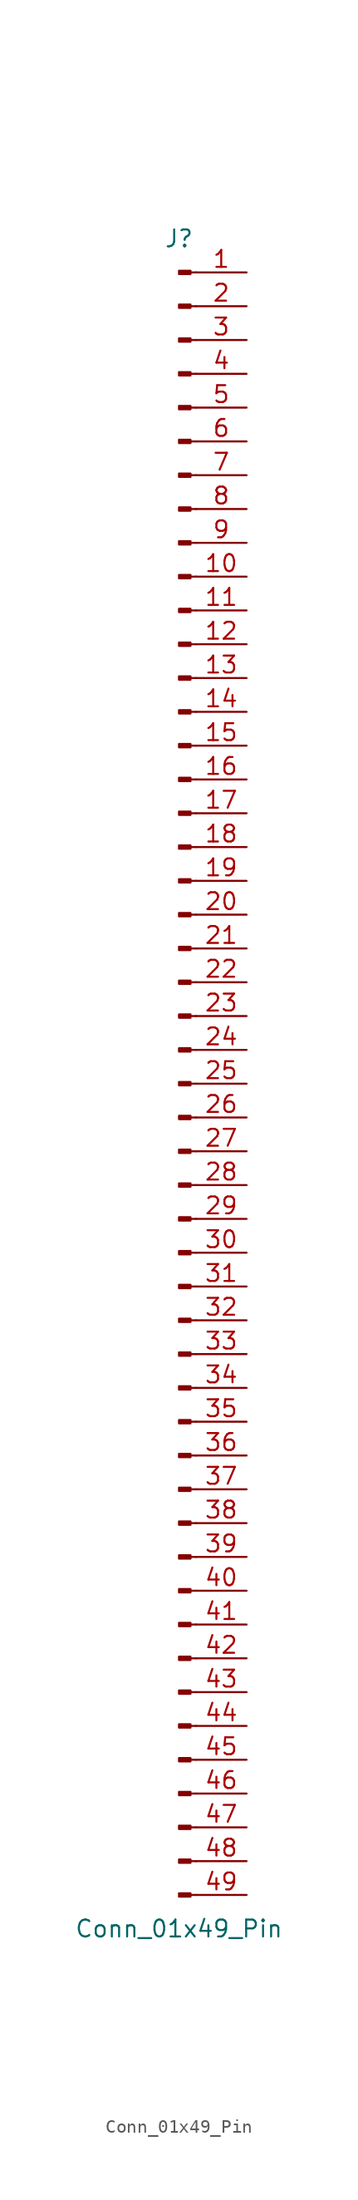
<source format=kicad_sym>
(kicad_symbol_lib
  (version 20220914)
  (generator kicad_symbol_editor)
  (symbol "Conn_01x49_Pin"
    (pin_names
      (offset 1.016) hide)
    (property "Reference" "J"
      (at 0 63.5 0)
      (effects (font (size 1.27 1.27))))
    (property "Value" "Conn_01x49_Pin"
      (at 0 -63.5 0)
      (effects (font (size 1.27 1.27))))
    (property "ki_locked" ""
      (at 0 0 0)
      (effects (font (size 1.27 1.27))))
    (symbol "Conn_01x49_Pin_1_1"
      (polyline (pts (xy 1.27 -60.96) (xy 0.864 -60.96)) (stroke (width 0.152) (type default)) (fill (type none)))
      (polyline (pts (xy 1.27 -58.42) (xy 0.864 -58.42)) (stroke (width 0.152) (type default)) (fill (type none)))
      (polyline (pts (xy 1.27 -55.88) (xy 0.864 -55.88)) (stroke (width 0.152) (type default)) (fill (type none)))
      (polyline (pts (xy 1.27 -53.34) (xy 0.864 -53.34)) (stroke (width 0.152) (type default)) (fill (type none)))
      (polyline (pts (xy 1.27 -50.8) (xy 0.864 -50.8)) (stroke (width 0.152) (type default)) (fill (type none)))
      (polyline (pts (xy 1.27 -48.26) (xy 0.864 -48.26)) (stroke (width 0.152) (type default)) (fill (type none)))
      (polyline (pts (xy 1.27 -45.72) (xy 0.864 -45.72)) (stroke (width 0.152) (type default)) (fill (type none)))
      (polyline (pts (xy 1.27 -43.18) (xy 0.864 -43.18)) (stroke (width 0.152) (type default)) (fill (type none)))
      (polyline (pts (xy 1.27 -40.64) (xy 0.864 -40.64)) (stroke (width 0.152) (type default)) (fill (type none)))
      (polyline (pts (xy 1.27 -38.1) (xy 0.864 -38.1)) (stroke (width 0.152) (type default)) (fill (type none)))
      (polyline (pts (xy 1.27 -35.56) (xy 0.864 -35.56)) (stroke (width 0.152) (type default)) (fill (type none)))
      (polyline (pts (xy 1.27 -33.02) (xy 0.864 -33.02)) (stroke (width 0.152) (type default)) (fill (type none)))
      (polyline (pts (xy 1.27 -30.48) (xy 0.864 -30.48)) (stroke (width 0.152) (type default)) (fill (type none)))
      (polyline (pts (xy 1.27 -27.94) (xy 0.864 -27.94)) (stroke (width 0.152) (type default)) (fill (type none)))
      (polyline (pts (xy 1.27 -25.4) (xy 0.864 -25.4)) (stroke (width 0.152) (type default)) (fill (type none)))
      (polyline (pts (xy 1.27 -22.86) (xy 0.864 -22.86)) (stroke (width 0.152) (type default)) (fill (type none)))
      (polyline (pts (xy 1.27 -20.32) (xy 0.864 -20.32)) (stroke (width 0.152) (type default)) (fill (type none)))
      (polyline (pts (xy 1.27 -17.78) (xy 0.864 -17.78)) (stroke (width 0.152) (type default)) (fill (type none)))
      (polyline (pts (xy 1.27 -15.24) (xy 0.864 -15.24)) (stroke (width 0.152) (type default)) (fill (type none)))
      (polyline (pts (xy 1.27 -12.7) (xy 0.864 -12.7)) (stroke (width 0.152) (type default)) (fill (type none)))
      (polyline (pts (xy 1.27 -10.16) (xy 0.864 -10.16)) (stroke (width 0.152) (type default)) (fill (type none)))
      (polyline (pts (xy 1.27 -7.62) (xy 0.864 -7.62)) (stroke (width 0.152) (type default)) (fill (type none)))
      (polyline (pts (xy 1.27 -5.08) (xy 0.864 -5.08)) (stroke (width 0.152) (type default)) (fill (type none)))
      (polyline (pts (xy 1.27 -2.54) (xy 0.864 -2.54)) (stroke (width 0.152) (type default)) (fill (type none)))
      (polyline (pts (xy 1.27 0) (xy 0.864 0)) (stroke (width 0.152) (type default)) (fill (type none)))
      (polyline (pts (xy 1.27 2.54) (xy 0.864 2.54)) (stroke (width 0.152) (type default)) (fill (type none)))
      (polyline (pts (xy 1.27 5.08) (xy 0.864 5.08)) (stroke (width 0.152) (type default)) (fill (type none)))
      (polyline (pts (xy 1.27 7.62) (xy 0.864 7.62)) (stroke (width 0.152) (type default)) (fill (type none)))
      (polyline (pts (xy 1.27 10.16) (xy 0.864 10.16)) (stroke (width 0.152) (type default)) (fill (type none)))
      (polyline (pts (xy 1.27 12.7) (xy 0.864 12.7)) (stroke (width 0.152) (type default)) (fill (type none)))
      (polyline (pts (xy 1.27 15.24) (xy 0.864 15.24)) (stroke (width 0.152) (type default)) (fill (type none)))
      (polyline (pts (xy 1.27 17.78) (xy 0.864 17.78)) (stroke (width 0.152) (type default)) (fill (type none)))
      (polyline (pts (xy 1.27 20.32) (xy 0.864 20.32)) (stroke (width 0.152) (type default)) (fill (type none)))
      (polyline (pts (xy 1.27 22.86) (xy 0.864 22.86)) (stroke (width 0.152) (type default)) (fill (type none)))
      (polyline (pts (xy 1.27 25.4) (xy 0.864 25.4)) (stroke (width 0.152) (type default)) (fill (type none)))
      (polyline (pts (xy 1.27 27.94) (xy 0.864 27.94)) (stroke (width 0.152) (type default)) (fill (type none)))
      (polyline (pts (xy 1.27 30.48) (xy 0.864 30.48)) (stroke (width 0.152) (type default)) (fill (type none)))
      (polyline (pts (xy 1.27 33.02) (xy 0.864 33.02)) (stroke (width 0.152) (type default)) (fill (type none)))
      (polyline (pts (xy 1.27 35.56) (xy 0.864 35.56)) (stroke (width 0.152) (type default)) (fill (type none)))
      (polyline (pts (xy 1.27 38.1) (xy 0.864 38.1)) (stroke (width 0.152) (type default)) (fill (type none)))
      (polyline (pts (xy 1.27 40.64) (xy 0.864 40.64)) (stroke (width 0.152) (type default)) (fill (type none)))
      (polyline (pts (xy 1.27 43.18) (xy 0.864 43.18)) (stroke (width 0.152) (type default)) (fill (type none)))
      (polyline (pts (xy 1.27 45.72) (xy 0.864 45.72)) (stroke (width 0.152) (type default)) (fill (type none)))
      (polyline (pts (xy 1.27 48.26) (xy 0.864 48.26)) (stroke (width 0.152) (type default)) (fill (type none)))
      (polyline (pts (xy 1.27 50.8) (xy 0.864 50.8)) (stroke (width 0.152) (type default)) (fill (type none)))
      (polyline (pts (xy 1.27 53.34) (xy 0.864 53.34)) (stroke (width 0.152) (type default)) (fill (type none)))
      (polyline (pts (xy 1.27 55.88) (xy 0.864 55.88)) (stroke (width 0.152) (type default)) (fill (type none)))
      (polyline (pts (xy 1.27 58.42) (xy 0.864 58.42)) (stroke (width 0.152) (type default)) (fill (type none)))
      (polyline (pts (xy 1.27 60.96) (xy 0.864 60.96)) (stroke (width 0.152) (type default)) (fill (type none)))
      (rectangle (start 0.864 -60.833) (end 0 -61.087) (stroke (width 0.152) (type default)) (fill (type outline)))
      (rectangle (start 0.864 -58.293) (end 0 -58.547) (stroke (width 0.152) (type default)) (fill (type outline)))
      (rectangle (start 0.864 -55.753) (end 0 -56.007) (stroke (width 0.152) (type default)) (fill (type outline)))
      (rectangle (start 0.864 -53.213) (end 0 -53.467) (stroke (width 0.152) (type default)) (fill (type outline)))
      (rectangle (start 0.864 -50.673) (end 0 -50.927) (stroke (width 0.152) (type default)) (fill (type outline)))
      (rectangle (start 0.864 -48.133) (end 0 -48.387) (stroke (width 0.152) (type default)) (fill (type outline)))
      (rectangle (start 0.864 -45.593) (end 0 -45.847) (stroke (width 0.152) (type default)) (fill (type outline)))
      (rectangle (start 0.864 -43.053) (end 0 -43.307) (stroke (width 0.152) (type default)) (fill (type outline)))
      (rectangle (start 0.864 -40.513) (end 0 -40.767) (stroke (width 0.152) (type default)) (fill (type outline)))
      (rectangle (start 0.864 -37.973) (end 0 -38.227) (stroke (width 0.152) (type default)) (fill (type outline)))
      (rectangle (start 0.864 -35.433) (end 0 -35.687) (stroke (width 0.152) (type default)) (fill (type outline)))
      (rectangle (start 0.864 -32.893) (end 0 -33.147) (stroke (width 0.152) (type default)) (fill (type outline)))
      (rectangle (start 0.864 -30.353) (end 0 -30.607) (stroke (width 0.152) (type default)) (fill (type outline)))
      (rectangle (start 0.864 -27.813) (end 0 -28.067) (stroke (width 0.152) (type default)) (fill (type outline)))
      (rectangle (start 0.864 -25.273) (end 0 -25.527) (stroke (width 0.152) (type default)) (fill (type outline)))
      (rectangle (start 0.864 -22.733) (end 0 -22.987) (stroke (width 0.152) (type default)) (fill (type outline)))
      (rectangle (start 0.864 -20.193) (end 0 -20.447) (stroke (width 0.152) (type default)) (fill (type outline)))
      (rectangle (start 0.864 -17.653) (end 0 -17.907) (stroke (width 0.152) (type default)) (fill (type outline)))
      (rectangle (start 0.864 -15.113) (end 0 -15.367) (stroke (width 0.152) (type default)) (fill (type outline)))
      (rectangle (start 0.864 -12.573) (end 0 -12.827) (stroke (width 0.152) (type default)) (fill (type outline)))
      (rectangle (start 0.864 -10.033) (end 0 -10.287) (stroke (width 0.152) (type default)) (fill (type outline)))
      (rectangle (start 0.864 -7.493) (end 0 -7.747) (stroke (width 0.152) (type default)) (fill (type outline)))
      (rectangle (start 0.864 -4.953) (end 0 -5.207) (stroke (width 0.152) (type default)) (fill (type outline)))
      (rectangle (start 0.864 -2.413) (end 0 -2.667) (stroke (width 0.152) (type default)) (fill (type outline)))
      (rectangle (start 0.864 0.127) (end 0 -0.127) (stroke (width 0.152) (type default)) (fill (type outline)))
      (rectangle (start 0.864 2.667) (end 0 2.413) (stroke (width 0.152) (type default)) (fill (type outline)))
      (rectangle (start 0.864 5.207) (end 0 4.953) (stroke (width 0.152) (type default)) (fill (type outline)))
      (rectangle (start 0.864 7.747) (end 0 7.493) (stroke (width 0.152) (type default)) (fill (type outline)))
      (rectangle (start 0.864 10.287) (end 0 10.033) (stroke (width 0.152) (type default)) (fill (type outline)))
      (rectangle (start 0.864 12.827) (end 0 12.573) (stroke (width 0.152) (type default)) (fill (type outline)))
      (rectangle (start 0.864 15.367) (end 0 15.113) (stroke (width 0.152) (type default)) (fill (type outline)))
      (rectangle (start 0.864 17.907) (end 0 17.653) (stroke (width 0.152) (type default)) (fill (type outline)))
      (rectangle (start 0.864 20.447) (end 0 20.193) (stroke (width 0.152) (type default)) (fill (type outline)))
      (rectangle (start 0.864 22.987) (end 0 22.733) (stroke (width 0.152) (type default)) (fill (type outline)))
      (rectangle (start 0.864 25.527) (end 0 25.273) (stroke (width 0.152) (type default)) (fill (type outline)))
      (rectangle (start 0.864 28.067) (end 0 27.813) (stroke (width 0.152) (type default)) (fill (type outline)))
      (rectangle (start 0.864 30.607) (end 0 30.353) (stroke (width 0.152) (type default)) (fill (type outline)))
      (rectangle (start 0.864 33.147) (end 0 32.893) (stroke (width 0.152) (type default)) (fill (type outline)))
      (rectangle (start 0.864 35.687) (end 0 35.433) (stroke (width 0.152) (type default)) (fill (type outline)))
      (rectangle (start 0.864 38.227) (end 0 37.973) (stroke (width 0.152) (type default)) (fill (type outline)))
      (rectangle (start 0.864 40.767) (end 0 40.513) (stroke (width 0.152) (type default)) (fill (type outline)))
      (rectangle (start 0.864 43.307) (end 0 43.053) (stroke (width 0.152) (type default)) (fill (type outline)))
      (rectangle (start 0.864 45.847) (end 0 45.593) (stroke (width 0.152) (type default)) (fill (type outline)))
      (rectangle (start 0.864 48.387) (end 0 48.133) (stroke (width 0.152) (type default)) (fill (type outline)))
      (rectangle (start 0.864 50.927) (end 0 50.673) (stroke (width 0.152) (type default)) (fill (type outline)))
      (rectangle (start 0.864 53.467) (end 0 53.213) (stroke (width 0.152) (type default)) (fill (type outline)))
      (rectangle (start 0.864 56.007) (end 0 55.753) (stroke (width 0.152) (type default)) (fill (type outline)))
      (rectangle (start 0.864 58.547) (end 0 58.293) (stroke (width 0.152) (type default)) (fill (type outline)))
      (rectangle (start 0.864 61.087) (end 0 60.833) (stroke (width 0.152) (type default)) (fill (type outline)))
      (pin passive line (at 5.08 60.96 180) (length 3.81) (name "Pin_1" (effects (font (size 1.27 1.27)))) (number "1" (effects (font (size 1.27 1.27)))))
      (pin passive line (at 5.08 38.1 180) (length 3.81) (name "Pin_10" (effects (font (size 1.27 1.27)))) (number "10" (effects (font (size 1.27 1.27)))))
      (pin passive line (at 5.08 35.56 180) (length 3.81) (name "Pin_11" (effects (font (size 1.27 1.27)))) (number "11" (effects (font (size 1.27 1.27)))))
      (pin passive line (at 5.08 33.02 180) (length 3.81) (name "Pin_12" (effects (font (size 1.27 1.27)))) (number "12" (effects (font (size 1.27 1.27)))))
      (pin passive line (at 5.08 30.48 180) (length 3.81) (name "Pin_13" (effects (font (size 1.27 1.27)))) (number "13" (effects (font (size 1.27 1.27)))))
      (pin passive line (at 5.08 27.94 180) (length 3.81) (name "Pin_14" (effects (font (size 1.27 1.27)))) (number "14" (effects (font (size 1.27 1.27)))))
      (pin passive line (at 5.08 25.4 180) (length 3.81) (name "Pin_15" (effects (font (size 1.27 1.27)))) (number "15" (effects (font (size 1.27 1.27)))))
      (pin passive line (at 5.08 22.86 180) (length 3.81) (name "Pin_16" (effects (font (size 1.27 1.27)))) (number "16" (effects (font (size 1.27 1.27)))))
      (pin passive line (at 5.08 20.32 180) (length 3.81) (name "Pin_17" (effects (font (size 1.27 1.27)))) (number "17" (effects (font (size 1.27 1.27)))))
      (pin passive line (at 5.08 17.78 180) (length 3.81) (name "Pin_18" (effects (font (size 1.27 1.27)))) (number "18" (effects (font (size 1.27 1.27)))))
      (pin passive line (at 5.08 15.24 180) (length 3.81) (name "Pin_19" (effects (font (size 1.27 1.27)))) (number "19" (effects (font (size 1.27 1.27)))))
      (pin passive line (at 5.08 58.42 180) (length 3.81) (name "Pin_2" (effects (font (size 1.27 1.27)))) (number "2" (effects (font (size 1.27 1.27)))))
      (pin passive line (at 5.08 12.7 180) (length 3.81) (name "Pin_20" (effects (font (size 1.27 1.27)))) (number "20" (effects (font (size 1.27 1.27)))))
      (pin passive line (at 5.08 10.16 180) (length 3.81) (name "Pin_21" (effects (font (size 1.27 1.27)))) (number "21" (effects (font (size 1.27 1.27)))))
      (pin passive line (at 5.08 7.62 180) (length 3.81) (name "Pin_22" (effects (font (size 1.27 1.27)))) (number "22" (effects (font (size 1.27 1.27)))))
      (pin passive line (at 5.08 5.08 180) (length 3.81) (name "Pin_23" (effects (font (size 1.27 1.27)))) (number "23" (effects (font (size 1.27 1.27)))))
      (pin passive line (at 5.08 2.54 180) (length 3.81) (name "Pin_24" (effects (font (size 1.27 1.27)))) (number "24" (effects (font (size 1.27 1.27)))))
      (pin passive line (at 5.08 0 180) (length 3.81) (name "Pin_25" (effects (font (size 1.27 1.27)))) (number "25" (effects (font (size 1.27 1.27)))))
      (pin passive line (at 5.08 -2.54 180) (length 3.81) (name "Pin_26" (effects (font (size 1.27 1.27)))) (number "26" (effects (font (size 1.27 1.27)))))
      (pin passive line (at 5.08 -5.08 180) (length 3.81) (name "Pin_27" (effects (font (size 1.27 1.27)))) (number "27" (effects (font (size 1.27 1.27)))))
      (pin passive line (at 5.08 -7.62 180) (length 3.81) (name "Pin_28" (effects (font (size 1.27 1.27)))) (number "28" (effects (font (size 1.27 1.27)))))
      (pin passive line (at 5.08 -10.16 180) (length 3.81) (name "Pin_29" (effects (font (size 1.27 1.27)))) (number "29" (effects (font (size 1.27 1.27)))))
      (pin passive line (at 5.08 55.88 180) (length 3.81) (name "Pin_3" (effects (font (size 1.27 1.27)))) (number "3" (effects (font (size 1.27 1.27)))))
      (pin passive line (at 5.08 -12.7 180) (length 3.81) (name "Pin_30" (effects (font (size 1.27 1.27)))) (number "30" (effects (font (size 1.27 1.27)))))
      (pin passive line (at 5.08 -15.24 180) (length 3.81) (name "Pin_31" (effects (font (size 1.27 1.27)))) (number "31" (effects (font (size 1.27 1.27)))))
      (pin passive line (at 5.08 -17.78 180) (length 3.81) (name "Pin_32" (effects (font (size 1.27 1.27)))) (number "32" (effects (font (size 1.27 1.27)))))
      (pin passive line (at 5.08 -20.32 180) (length 3.81) (name "Pin_33" (effects (font (size 1.27 1.27)))) (number "33" (effects (font (size 1.27 1.27)))))
      (pin passive line (at 5.08 -22.86 180) (length 3.81) (name "Pin_34" (effects (font (size 1.27 1.27)))) (number "34" (effects (font (size 1.27 1.27)))))
      (pin passive line (at 5.08 -25.4 180) (length 3.81) (name "Pin_35" (effects (font (size 1.27 1.27)))) (number "35" (effects (font (size 1.27 1.27)))))
      (pin passive line (at 5.08 -27.94 180) (length 3.81) (name "Pin_36" (effects (font (size 1.27 1.27)))) (number "36" (effects (font (size 1.27 1.27)))))
      (pin passive line (at 5.08 -30.48 180) (length 3.81) (name "Pin_37" (effects (font (size 1.27 1.27)))) (number "37" (effects (font (size 1.27 1.27)))))
      (pin passive line (at 5.08 -33.02 180) (length 3.81) (name "Pin_38" (effects (font (size 1.27 1.27)))) (number "38" (effects (font (size 1.27 1.27)))))
      (pin passive line (at 5.08 -35.56 180) (length 3.81) (name "Pin_39" (effects (font (size 1.27 1.27)))) (number "39" (effects (font (size 1.27 1.27)))))
      (pin passive line (at 5.08 53.34 180) (length 3.81) (name "Pin_4" (effects (font (size 1.27 1.27)))) (number "4" (effects (font (size 1.27 1.27)))))
      (pin passive line (at 5.08 -38.1 180) (length 3.81) (name "Pin_40" (effects (font (size 1.27 1.27)))) (number "40" (effects (font (size 1.27 1.27)))))
      (pin passive line (at 5.08 -40.64 180) (length 3.81) (name "Pin_41" (effects (font (size 1.27 1.27)))) (number "41" (effects (font (size 1.27 1.27)))))
      (pin passive line (at 5.08 -43.18 180) (length 3.81) (name "Pin_42" (effects (font (size 1.27 1.27)))) (number "42" (effects (font (size 1.27 1.27)))))
      (pin passive line (at 5.08 -45.72 180) (length 3.81) (name "Pin_43" (effects (font (size 1.27 1.27)))) (number "43" (effects (font (size 1.27 1.27)))))
      (pin passive line (at 5.08 -48.26 180) (length 3.81) (name "Pin_44" (effects (font (size 1.27 1.27)))) (number "44" (effects (font (size 1.27 1.27)))))
      (pin passive line (at 5.08 -50.8 180) (length 3.81) (name "Pin_45" (effects (font (size 1.27 1.27)))) (number "45" (effects (font (size 1.27 1.27)))))
      (pin passive line (at 5.08 -53.34 180) (length 3.81) (name "Pin_46" (effects (font (size 1.27 1.27)))) (number "46" (effects (font (size 1.27 1.27)))))
      (pin passive line (at 5.08 -55.88 180) (length 3.81) (name "Pin_47" (effects (font (size 1.27 1.27)))) (number "47" (effects (font (size 1.27 1.27)))))
      (pin passive line (at 5.08 -58.42 180) (length 3.81) (name "Pin_48" (effects (font (size 1.27 1.27)))) (number "48" (effects (font (size 1.27 1.27)))))
      (pin passive line (at 5.08 -60.96 180) (length 3.81) (name "Pin_49" (effects (font (size 1.27 1.27)))) (number "49" (effects (font (size 1.27 1.27)))))
      (pin passive line (at 5.08 50.8 180) (length 3.81) (name "Pin_5" (effects (font (size 1.27 1.27)))) (number "5" (effects (font (size 1.27 1.27)))))
      (pin passive line (at 5.08 48.26 180) (length 3.81) (name "Pin_6" (effects (font (size 1.27 1.27)))) (number "6" (effects (font (size 1.27 1.27)))))
      (pin passive line (at 5.08 45.72 180) (length 3.81) (name "Pin_7" (effects (font (size 1.27 1.27)))) (number "7" (effects (font (size 1.27 1.27)))))
      (pin passive line (at 5.08 43.18 180) (length 3.81) (name "Pin_8" (effects (font (size 1.27 1.27)))) (number "8" (effects (font (size 1.27 1.27)))))
      (pin passive line (at 5.08 40.64 180) (length 3.81) (name "Pin_9" (effects (font (size 1.27 1.27)))) (number "9" (effects (font (size 1.27 1.27))))))))
</source>
